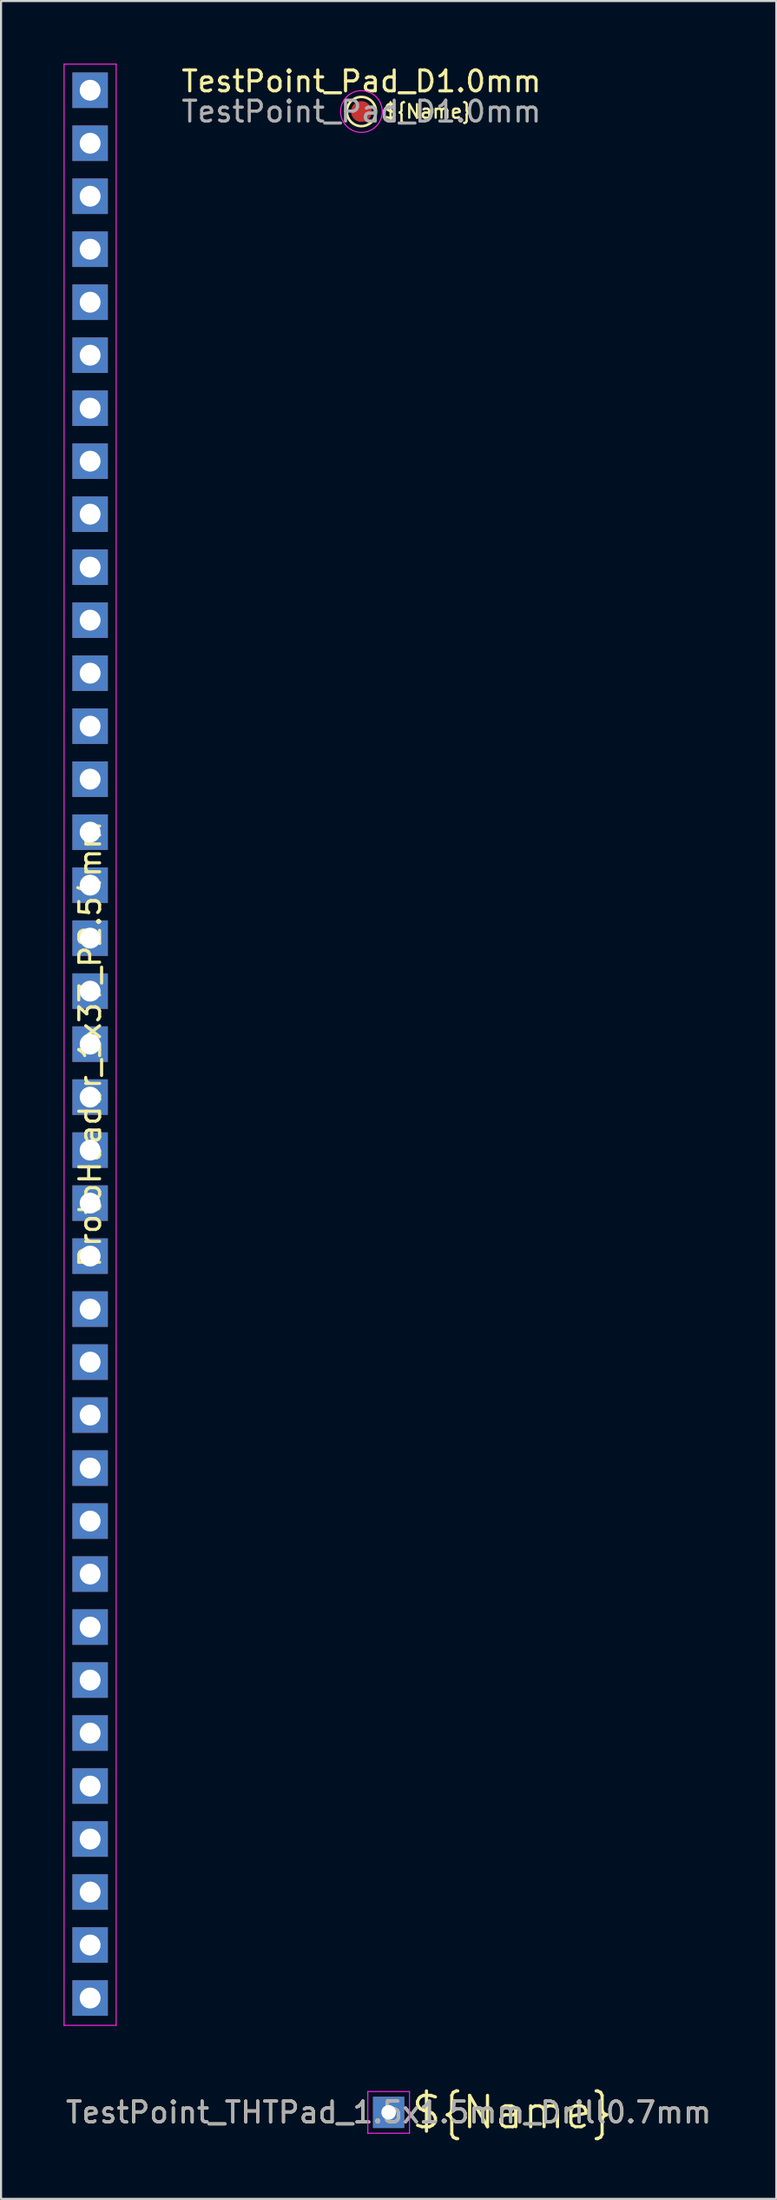
<source format=kicad_pcb>
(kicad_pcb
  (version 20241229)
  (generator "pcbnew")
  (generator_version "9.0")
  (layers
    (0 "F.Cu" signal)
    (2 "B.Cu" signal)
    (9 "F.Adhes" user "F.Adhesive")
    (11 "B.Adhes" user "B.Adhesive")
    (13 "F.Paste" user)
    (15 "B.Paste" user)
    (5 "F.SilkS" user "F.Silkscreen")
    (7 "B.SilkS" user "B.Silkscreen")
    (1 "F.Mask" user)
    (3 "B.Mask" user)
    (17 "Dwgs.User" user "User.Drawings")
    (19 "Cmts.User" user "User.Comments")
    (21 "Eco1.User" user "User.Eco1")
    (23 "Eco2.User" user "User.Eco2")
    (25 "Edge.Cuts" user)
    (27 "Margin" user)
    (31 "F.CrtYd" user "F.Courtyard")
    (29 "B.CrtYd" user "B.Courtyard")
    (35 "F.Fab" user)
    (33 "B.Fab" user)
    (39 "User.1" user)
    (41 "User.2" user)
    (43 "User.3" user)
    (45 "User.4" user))
  (footprint "TestPoint_Pad_D1.0mm"
    (layer "F.Cu")
    (at 14.294 2.296)
    (property "Reference" "TestPoint_Pad_D1.0mm" (at 0 -1.448 0) (layer "F.SilkS") (effects (font (size 1 1) (thickness 0.15))))
    (attr exclude_from_pos_files exclude_from_bom)
    (fp_circle (center 0 0) (end 0 0.7) (stroke (width 0.12) (type solid)) (fill no) (layer "F.SilkS"))
    (fp_circle (center 0 0) (end 1 0) (stroke (width 0.05) (type solid)) (fill no) (layer "F.CrtYd"))
    (fp_text user "${Name}" (at 1.016 0 0) (layer "F.SilkS") (effects (font (size 0.65 0.65) (thickness 0.11) (bold yes)) (justify left)))
    (fp_text user "${REFERENCE}" (at 0 0 0) (layer "F.Fab") (effects (font (size 1 1) (thickness 0.15))))
    (pad "1" smd circle (at 0 0) (size 1 1) (layers "F.Cu" "F.Mask")))
  (footprint "ProtoHeader_1x37_P2.54mm"
    (layer "F.Cu")
    (at 1.275 1.275)
    (property "Reference" "ProtoHeader_1x37_P2.54mm" (at 0 45.72 90) (layer "F.SilkS") (effects (font (size 1 1) (thickness 0.15))))
    (attr through_hole)
    (fp_line (start -1.25 -1.25) (end -1.25 92.75) (stroke (width 0.05) (type solid)) (layer "F.CrtYd"))
    (fp_line (start -1.25 92.75) (end 1.25 92.75) (stroke (width 0.05) (type solid)) (layer "F.CrtYd"))
    (fp_line (start 1.25 -1.25) (end -1.25 -1.25) (stroke (width 0.05) (type solid)) (layer "F.CrtYd"))
    (fp_line (start 1.25 92.75) (end 1.25 -1.25) (stroke (width 0.05) (type solid)) (layer "F.CrtYd"))
    (pad "1" thru_hole rect (at 0 0) (size 1.7 1.7) (drill 1) (layers "*.Cu" "*.Mask"))
    (pad "2" thru_hole rect (at 0 2.54) (size 1.7 1.7) (drill 1) (layers "*.Cu" "*.Mask"))
    (pad "3" thru_hole rect (at 0 5.08) (size 1.7 1.7) (drill 1) (layers "*.Cu" "*.Mask"))
    (pad "4" thru_hole rect (at 0 7.62) (size 1.7 1.7) (drill 1) (layers "*.Cu" "*.Mask"))
    (pad "5" thru_hole rect (at 0 10.16) (size 1.7 1.7) (drill 1) (layers "*.Cu" "*.Mask"))
    (pad "6" thru_hole rect (at 0 12.7) (size 1.7 1.7) (drill 1) (layers "*.Cu" "*.Mask"))
    (pad "7" thru_hole rect (at 0 15.24) (size 1.7 1.7) (drill 1) (layers "*.Cu" "*.Mask"))
    (pad "8" thru_hole rect (at 0 17.78) (size 1.7 1.7) (drill 1) (layers "*.Cu" "*.Mask"))
    (pad "9" thru_hole rect (at 0 20.32) (size 1.7 1.7) (drill 1) (layers "*.Cu" "*.Mask"))
    (pad "10" thru_hole rect (at 0 22.86) (size 1.7 1.7) (drill 1) (layers "*.Cu" "*.Mask"))
    (pad "11" thru_hole rect (at 0 25.4) (size 1.7 1.7) (drill 1) (layers "*.Cu" "*.Mask"))
    (pad "12" thru_hole rect (at 0 27.94) (size 1.7 1.7) (drill 1) (layers "*.Cu" "*.Mask"))
    (pad "13" thru_hole rect (at 0 30.48) (size 1.7 1.7) (drill 1) (layers "*.Cu" "*.Mask"))
    (pad "14" thru_hole rect (at 0 33.02) (size 1.7 1.7) (drill 1) (layers "*.Cu" "*.Mask"))
    (pad "15" thru_hole rect (at 0 35.56) (size 1.7 1.7) (drill 1) (layers "*.Cu" "*.Mask"))
    (pad "16" thru_hole rect (at 0 38.1) (size 1.7 1.7) (drill 1) (layers "*.Cu" "*.Mask"))
    (pad "17" thru_hole rect (at 0 40.64) (size 1.7 1.7) (drill 1) (layers "*.Cu" "*.Mask"))
    (pad "18" thru_hole rect (at 0 43.18) (size 1.7 1.7) (drill 1) (layers "*.Cu" "*.Mask"))
    (pad "19" thru_hole rect (at 0 45.72) (size 1.7 1.7) (drill 1) (layers "*.Cu" "*.Mask"))
    (pad "20" thru_hole rect (at 0 48.26) (size 1.7 1.7) (drill 1) (layers "*.Cu" "*.Mask"))
    (pad "21" thru_hole rect (at 0 50.8) (size 1.7 1.7) (drill 1) (layers "*.Cu" "*.Mask"))
    (pad "22" thru_hole rect (at 0 53.34) (size 1.7 1.7) (drill 1) (layers "*.Cu" "*.Mask"))
    (pad "23" thru_hole rect (at 0 55.88) (size 1.7 1.7) (drill 1) (layers "*.Cu" "*.Mask"))
    (pad "24" thru_hole rect (at 0 58.42) (size 1.7 1.7) (drill 1) (layers "*.Cu" "*.Mask"))
    (pad "25" thru_hole rect (at 0 60.96) (size 1.7 1.7) (drill 1) (layers "*.Cu" "*.Mask"))
    (pad "26" thru_hole rect (at 0 63.5) (size 1.7 1.7) (drill 1) (layers "*.Cu" "*.Mask"))
    (pad "27" thru_hole rect (at 0 66.04) (size 1.7 1.7) (drill 1) (layers "*.Cu" "*.Mask"))
    (pad "28" thru_hole rect (at 0 68.58) (size 1.7 1.7) (drill 1) (layers "*.Cu" "*.Mask"))
    (pad "29" thru_hole rect (at 0 71.12) (size 1.7 1.7) (drill 1) (layers "*.Cu" "*.Mask"))
    (pad "30" thru_hole rect (at 0 73.66) (size 1.7 1.7) (drill 1) (layers "*.Cu" "*.Mask"))
    (pad "31" thru_hole rect (at 0 76.2) (size 1.7 1.7) (drill 1) (layers "*.Cu" "*.Mask"))
    (pad "32" thru_hole rect (at 0 78.74) (size 1.7 1.7) (drill 1) (layers "*.Cu" "*.Mask"))
    (pad "33" thru_hole rect (at 0 81.28) (size 1.7 1.7) (drill 1) (layers "*.Cu" "*.Mask"))
    (pad "34" thru_hole rect (at 0 83.82) (size 1.7 1.7) (drill 1) (layers "*.Cu" "*.Mask"))
    (pad "35" thru_hole rect (at 0 86.36) (size 1.7 1.7) (drill 1) (layers "*.Cu" "*.Mask"))
    (pad "36" thru_hole rect (at 0 88.9) (size 1.7 1.7) (drill 1) (layers "*.Cu" "*.Mask"))
    (pad "37" thru_hole rect (at 0 91.44) (size 1.7 1.7) (drill 1) (layers "*.Cu" "*.Mask")))
  (footprint "TestPoint_THTPad_1.5x1.5mm_Drill0.7mm"
    (layer "F.Cu")
    (at 15.601 98.196)
    (property "Reference" "TestPoint_THTPad_1.5x1.5mm_Drill0.7mm" (at 0 0 0) (layer "F.SilkS") (effects (font (size 1 1) (thickness 0.15))))
    (attr exclude_from_pos_files exclude_from_bom)
    (fp_line (start -1 -1) (end -1 1) (stroke (width 0.05) (type solid)) (layer "F.CrtYd"))
    (fp_line (start -1 -1) (end 1 -1) (stroke (width 0.05) (type solid)) (layer "F.CrtYd"))
    (fp_line (start 1 1) (end -1 1) (stroke (width 0.05) (type solid)) (layer "F.CrtYd"))
    (fp_line (start 1 1) (end 1 -1) (stroke (width 0.05) (type solid)) (layer "F.CrtYd"))
    (fp_text user "${Name}" (at 1 0 0) (unlocked yes) (layer "F.SilkS") (effects (font (size 1.5 1.5) (thickness 0.153)) (justify left)))
    (fp_text user "${REFERENCE}" (at 0 0 0) (layer "F.Fab") (effects (font (size 1 1) (thickness 0.15))))
    (pad "1" thru_hole rect (at 0 0) (size 1.5 1.5) (drill 0.7) (layers "*.Cu" "*.Mask")))
  (gr_rect
    (start -3 -3)
    (end 34.202 102.342)
    (stroke (width 0.1) (type default))
    (fill no)
    (layer "Edge.Cuts")))
</source>
